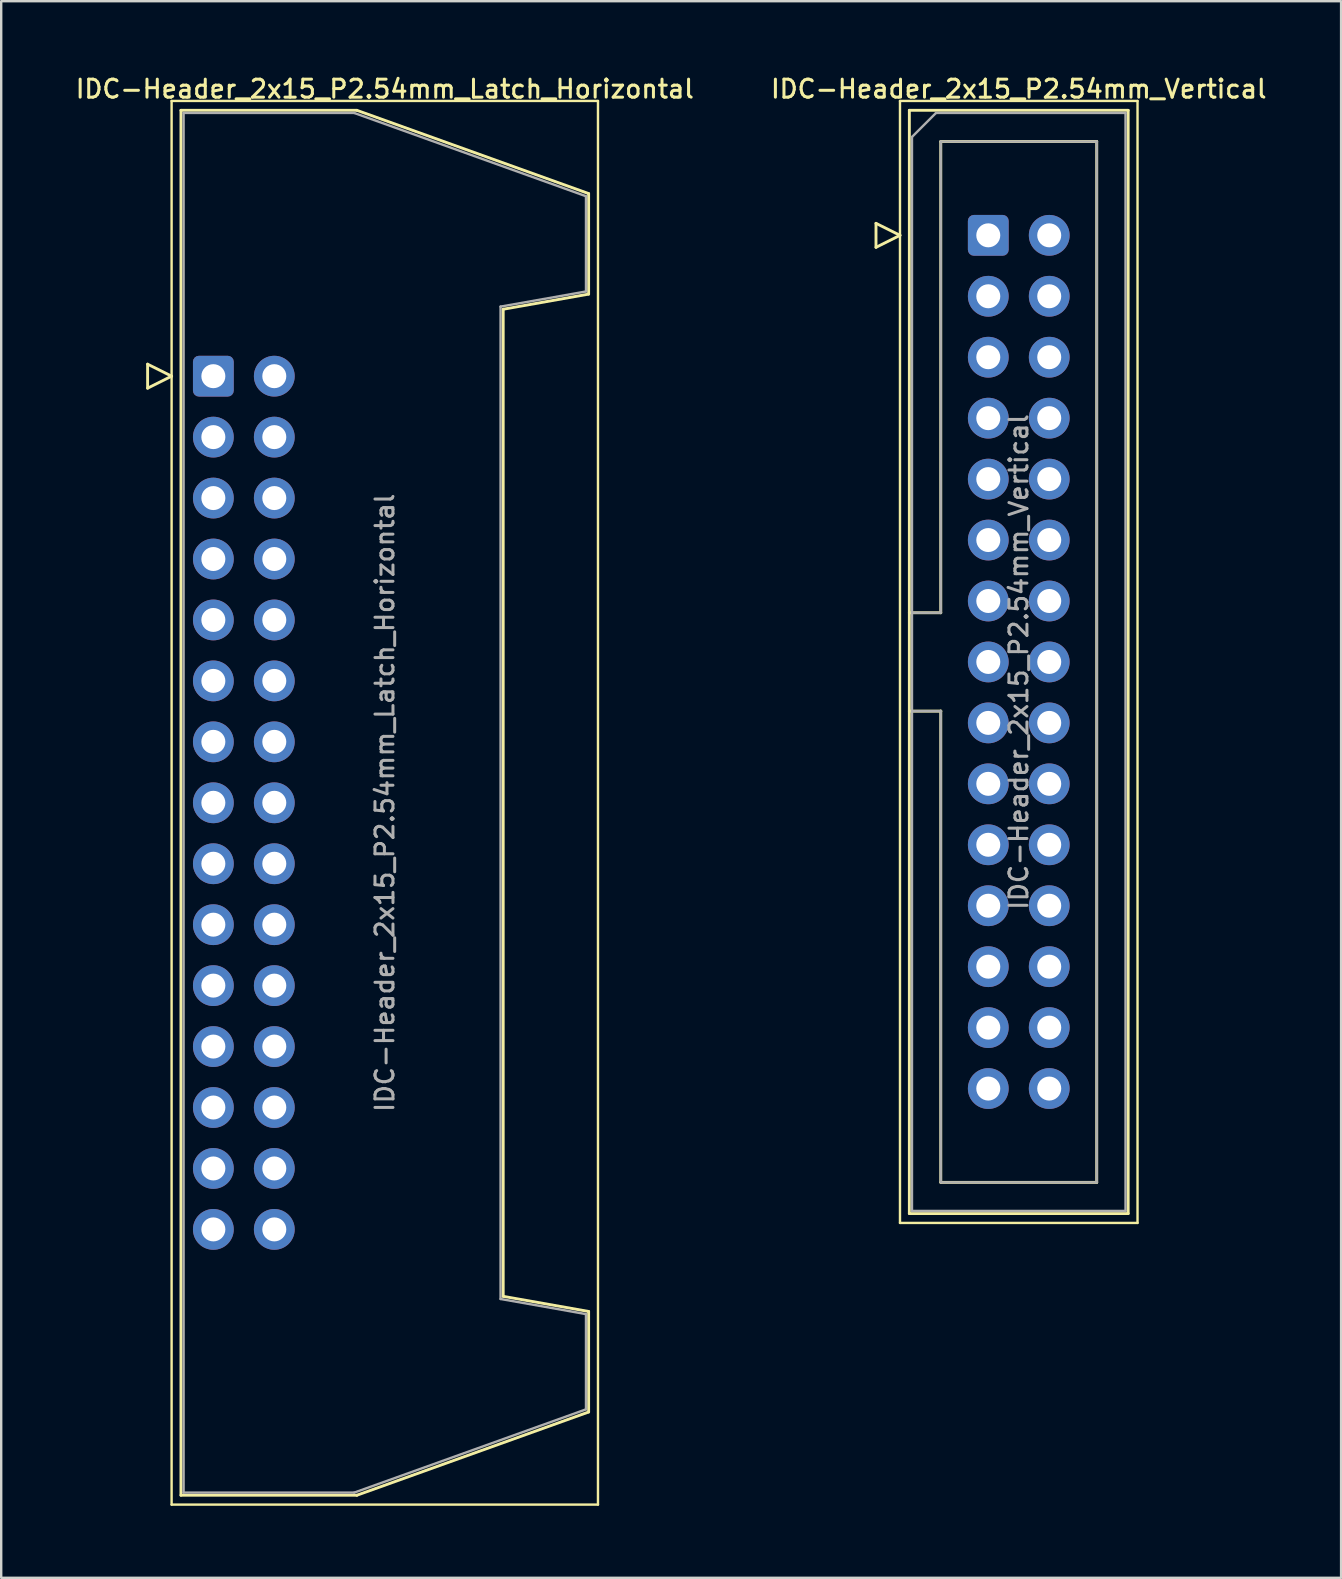
<source format=kicad_pcb>
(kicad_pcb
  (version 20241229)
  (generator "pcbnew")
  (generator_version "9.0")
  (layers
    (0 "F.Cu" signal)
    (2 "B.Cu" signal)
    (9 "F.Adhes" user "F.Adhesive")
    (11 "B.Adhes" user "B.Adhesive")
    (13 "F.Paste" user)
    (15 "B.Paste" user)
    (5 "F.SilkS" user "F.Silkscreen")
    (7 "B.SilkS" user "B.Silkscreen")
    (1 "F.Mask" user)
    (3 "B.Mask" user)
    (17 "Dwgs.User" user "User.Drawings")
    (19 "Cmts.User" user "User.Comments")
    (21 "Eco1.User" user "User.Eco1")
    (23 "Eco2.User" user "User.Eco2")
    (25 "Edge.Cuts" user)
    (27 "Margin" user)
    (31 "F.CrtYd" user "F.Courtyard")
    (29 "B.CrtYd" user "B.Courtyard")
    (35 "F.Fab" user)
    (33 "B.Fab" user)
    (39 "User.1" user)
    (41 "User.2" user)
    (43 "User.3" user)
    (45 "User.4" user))
  (footprint "IDC-Header_2x15_P2.54mm_Latch_Horizontal"
    (layer "F.Cu")
    (at 5.842 12.628)
    (property "Reference" "IDC-Header_2x15_P2.54mm_Latch_Horizontal" (at 7.145 -11.97 0) (layer "F.SilkS") (effects (font (size 0.75 0.75) (thickness 0.125))))
    (attr through_hole)
    (fp_line (start -2.74 -0.5) (end -2.74 0.5) (stroke (width 0.12) (type solid)) (layer "F.SilkS"))
    (fp_line (start -2.74 0.5) (end -1.74 0) (stroke (width 0.12) (type solid)) (layer "F.SilkS"))
    (fp_line (start -1.74 -11.47) (end -1.74 47.03) (stroke (width 0.1) (type solid)) (layer "F.SilkS"))
    (fp_line (start -1.74 0) (end -2.74 -0.5) (stroke (width 0.12) (type solid)) (layer "F.SilkS"))
    (fp_line (start -1.74 47.03) (end 16.03 47.03) (stroke (width 0.1) (type solid)) (layer "F.SilkS"))
    (fp_line (start -1.35 -11.08) (end 5.98 -11.08) (stroke (width 0.12) (type solid)) (layer "F.SilkS"))
    (fp_line (start -1.35 46.64) (end -1.35 -11.08) (stroke (width 0.12) (type solid)) (layer "F.SilkS"))
    (fp_line (start 5.98 -11.08) (end 15.64 -7.61) (stroke (width 0.12) (type solid)) (layer "F.SilkS"))
    (fp_line (start 5.98 46.64) (end -1.35 46.64) (stroke (width 0.12) (type solid)) (layer "F.SilkS"))
    (fp_line (start 12.08 -2.79) (end 12.08 38.35) (stroke (width 0.12) (type solid)) (layer "F.SilkS"))
    (fp_line (start 12.08 38.35) (end 15.64 38.98) (stroke (width 0.12) (type solid)) (layer "F.SilkS"))
    (fp_line (start 15.64 -7.61) (end 15.64 -3.42) (stroke (width 0.12) (type solid)) (layer "F.SilkS"))
    (fp_line (start 15.64 -3.42) (end 12.08 -2.79) (stroke (width 0.12) (type solid)) (layer "F.SilkS"))
    (fp_line (start 15.64 38.98) (end 15.64 43.17) (stroke (width 0.12) (type solid)) (layer "F.SilkS"))
    (fp_line (start 15.64 43.17) (end 5.98 46.64) (stroke (width 0.12) (type solid)) (layer "F.SilkS"))
    (fp_line (start 16.03 -11.47) (end -1.74 -11.47) (stroke (width 0.1) (type solid)) (layer "F.SilkS"))
    (fp_line (start 16.03 47.03) (end 16.03 -11.47) (stroke (width 0.1) (type solid)) (layer "F.SilkS"))
    (fp_line (start -1.24 -10.97) (end 5.87 -10.97) (stroke (width 0.1) (type solid)) (layer "F.Fab"))
    (fp_line (start -1.24 46.53) (end -1.24 -10.97) (stroke (width 0.1) (type solid)) (layer "F.Fab"))
    (fp_line (start 5.87 -10.97) (end 15.53 -7.5) (stroke (width 0.1) (type solid)) (layer "F.Fab"))
    (fp_line (start 5.87 46.53) (end -1.24 46.53) (stroke (width 0.1) (type solid)) (layer "F.Fab"))
    (fp_line (start 11.97 -2.9) (end 11.97 38.46) (stroke (width 0.1) (type solid)) (layer "F.Fab"))
    (fp_line (start 11.97 38.46) (end 15.53 39.09) (stroke (width 0.1) (type solid)) (layer "F.Fab"))
    (fp_line (start 15.53 -7.5) (end 15.53 -3.53) (stroke (width 0.1) (type solid)) (layer "F.Fab"))
    (fp_line (start 15.53 -3.53) (end 11.97 -2.9) (stroke (width 0.1) (type solid)) (layer "F.Fab"))
    (fp_line (start 15.53 39.09) (end 15.53 43.06) (stroke (width 0.1) (type solid)) (layer "F.Fab"))
    (fp_line (start 15.53 43.06) (end 5.87 46.53) (stroke (width 0.1) (type solid)) (layer "F.Fab"))
    (fp_text user "${REFERENCE}" (at 7.145 17.78 90) (layer "F.Fab") (effects (font (size 0.75 0.75) (thickness 0.125))))
    (pad "1" thru_hole roundrect (at 0 0) (size 1.7 1.7) (drill 1) (layers "*.Cu" "*.Mask") (roundrect_rratio 0.147))
    (pad "2" thru_hole circle (at 2.54 0) (size 1.7 1.7) (drill 1) (layers "*.Cu" "*.Mask"))
    (pad "3" thru_hole circle (at 0 2.54) (size 1.7 1.7) (drill 1) (layers "*.Cu" "*.Mask"))
    (pad "4" thru_hole circle (at 2.54 2.54) (size 1.7 1.7) (drill 1) (layers "*.Cu" "*.Mask"))
    (pad "5" thru_hole circle (at 0 5.08) (size 1.7 1.7) (drill 1) (layers "*.Cu" "*.Mask"))
    (pad "6" thru_hole circle (at 2.54 5.08) (size 1.7 1.7) (drill 1) (layers "*.Cu" "*.Mask"))
    (pad "7" thru_hole circle (at 0 7.62) (size 1.7 1.7) (drill 1) (layers "*.Cu" "*.Mask"))
    (pad "8" thru_hole circle (at 2.54 7.62) (size 1.7 1.7) (drill 1) (layers "*.Cu" "*.Mask"))
    (pad "9" thru_hole circle (at 0 10.16) (size 1.7 1.7) (drill 1) (layers "*.Cu" "*.Mask"))
    (pad "10" thru_hole circle (at 2.54 10.16) (size 1.7 1.7) (drill 1) (layers "*.Cu" "*.Mask"))
    (pad "11" thru_hole circle (at 0 12.7) (size 1.7 1.7) (drill 1) (layers "*.Cu" "*.Mask"))
    (pad "12" thru_hole circle (at 2.54 12.7) (size 1.7 1.7) (drill 1) (layers "*.Cu" "*.Mask"))
    (pad "13" thru_hole circle (at 0 15.24) (size 1.7 1.7) (drill 1) (layers "*.Cu" "*.Mask"))
    (pad "14" thru_hole circle (at 2.54 15.24) (size 1.7 1.7) (drill 1) (layers "*.Cu" "*.Mask"))
    (pad "15" thru_hole circle (at 0 17.78) (size 1.7 1.7) (drill 1) (layers "*.Cu" "*.Mask"))
    (pad "16" thru_hole circle (at 2.54 17.78) (size 1.7 1.7) (drill 1) (layers "*.Cu" "*.Mask"))
    (pad "17" thru_hole circle (at 0 20.32) (size 1.7 1.7) (drill 1) (layers "*.Cu" "*.Mask"))
    (pad "18" thru_hole circle (at 2.54 20.32) (size 1.7 1.7) (drill 1) (layers "*.Cu" "*.Mask"))
    (pad "19" thru_hole circle (at 0 22.86) (size 1.7 1.7) (drill 1) (layers "*.Cu" "*.Mask"))
    (pad "20" thru_hole circle (at 2.54 22.86) (size 1.7 1.7) (drill 1) (layers "*.Cu" "*.Mask"))
    (pad "21" thru_hole circle (at 0 25.4) (size 1.7 1.7) (drill 1) (layers "*.Cu" "*.Mask"))
    (pad "22" thru_hole circle (at 2.54 25.4) (size 1.7 1.7) (drill 1) (layers "*.Cu" "*.Mask"))
    (pad "23" thru_hole circle (at 0 27.94) (size 1.7 1.7) (drill 1) (layers "*.Cu" "*.Mask"))
    (pad "24" thru_hole circle (at 2.54 27.94) (size 1.7 1.7) (drill 1) (layers "*.Cu" "*.Mask"))
    (pad "25" thru_hole circle (at 0 30.48) (size 1.7 1.7) (drill 1) (layers "*.Cu" "*.Mask"))
    (pad "26" thru_hole circle (at 2.54 30.48) (size 1.7 1.7) (drill 1) (layers "*.Cu" "*.Mask"))
    (pad "27" thru_hole circle (at 0 33.02) (size 1.7 1.7) (drill 1) (layers "*.Cu" "*.Mask"))
    (pad "28" thru_hole circle (at 2.54 33.02) (size 1.7 1.7) (drill 1) (layers "*.Cu" "*.Mask"))
    (pad "29" thru_hole circle (at 0 35.56) (size 1.7 1.7) (drill 1) (layers "*.Cu" "*.Mask"))
    (pad "30" thru_hole circle (at 2.54 35.56) (size 1.7 1.7) (drill 1) (layers "*.Cu" "*.Mask")))
  (footprint "IDC-Header_2x15_P2.54mm_Vertical"
    (layer "F.Cu")
    (at 38.139 6.758)
    (property "Reference" "IDC-Header_2x15_P2.54mm_Vertical" (at 1.27 -6.1 0) (layer "F.SilkS") (effects (font (size 0.75 0.75) (thickness 0.125))))
    (attr through_hole)
    (fp_line (start -4.68 -0.5) (end -4.68 0.5) (stroke (width 0.12) (type solid)) (layer "F.SilkS"))
    (fp_line (start -4.68 0.5) (end -3.68 0) (stroke (width 0.12) (type solid)) (layer "F.SilkS"))
    (fp_line (start -3.68 -5.6) (end -3.68 41.16) (stroke (width 0.1) (type solid)) (layer "F.SilkS"))
    (fp_line (start -3.68 0) (end -4.68 -0.5) (stroke (width 0.12) (type solid)) (layer "F.SilkS"))
    (fp_line (start -3.68 41.16) (end 6.22 41.16) (stroke (width 0.1) (type solid)) (layer "F.SilkS"))
    (fp_line (start -3.29 -5.21) (end 5.83 -5.21) (stroke (width 0.12) (type solid)) (layer "F.SilkS"))
    (fp_line (start -3.29 15.73) (end -1.98 15.73) (stroke (width 0.12) (type solid)) (layer "F.SilkS"))
    (fp_line (start -3.29 40.77) (end -3.29 -5.21) (stroke (width 0.12) (type solid)) (layer "F.SilkS"))
    (fp_line (start -1.98 -3.91) (end 4.52 -3.91) (stroke (width 0.12) (type solid)) (layer "F.SilkS"))
    (fp_line (start -1.98 15.73) (end -1.98 -3.91) (stroke (width 0.12) (type solid)) (layer "F.SilkS"))
    (fp_line (start -1.98 19.83) (end -3.29 19.83) (stroke (width 0.12) (type solid)) (layer "F.SilkS"))
    (fp_line (start -1.98 19.83) (end -1.98 19.83) (stroke (width 0.12) (type solid)) (layer "F.SilkS"))
    (fp_line (start -1.98 39.47) (end -1.98 19.83) (stroke (width 0.12) (type solid)) (layer "F.SilkS"))
    (fp_line (start 4.52 -3.91) (end 4.52 39.47) (stroke (width 0.12) (type solid)) (layer "F.SilkS"))
    (fp_line (start 4.52 39.47) (end -1.98 39.47) (stroke (width 0.12) (type solid)) (layer "F.SilkS"))
    (fp_line (start 5.83 -5.21) (end 5.83 40.77) (stroke (width 0.12) (type solid)) (layer "F.SilkS"))
    (fp_line (start 5.83 40.77) (end -3.29 40.77) (stroke (width 0.12) (type solid)) (layer "F.SilkS"))
    (fp_line (start 6.22 -5.6) (end -3.68 -5.6) (stroke (width 0.1) (type solid)) (layer "F.SilkS"))
    (fp_line (start 6.22 41.16) (end 6.22 -5.6) (stroke (width 0.1) (type solid)) (layer "F.SilkS"))
    (fp_line (start -3.18 -4.1) (end -2.18 -5.1) (stroke (width 0.1) (type solid)) (layer "F.Fab"))
    (fp_line (start -3.18 15.73) (end -1.98 15.73) (stroke (width 0.1) (type solid)) (layer "F.Fab"))
    (fp_line (start -3.18 40.66) (end -3.18 -4.1) (stroke (width 0.1) (type solid)) (layer "F.Fab"))
    (fp_line (start -2.18 -5.1) (end 5.72 -5.1) (stroke (width 0.1) (type solid)) (layer "F.Fab"))
    (fp_line (start -1.98 -3.91) (end 4.52 -3.91) (stroke (width 0.1) (type solid)) (layer "F.Fab"))
    (fp_line (start -1.98 15.73) (end -1.98 -3.91) (stroke (width 0.1) (type solid)) (layer "F.Fab"))
    (fp_line (start -1.98 19.83) (end -3.18 19.83) (stroke (width 0.1) (type solid)) (layer "F.Fab"))
    (fp_line (start -1.98 19.83) (end -1.98 19.83) (stroke (width 0.1) (type solid)) (layer "F.Fab"))
    (fp_line (start -1.98 39.47) (end -1.98 19.83) (stroke (width 0.1) (type solid)) (layer "F.Fab"))
    (fp_line (start 4.52 -3.91) (end 4.52 39.47) (stroke (width 0.1) (type solid)) (layer "F.Fab"))
    (fp_line (start 4.52 39.47) (end -1.98 39.47) (stroke (width 0.1) (type solid)) (layer "F.Fab"))
    (fp_line (start 5.72 -5.1) (end 5.72 40.66) (stroke (width 0.1) (type solid)) (layer "F.Fab"))
    (fp_line (start 5.72 40.66) (end -3.18 40.66) (stroke (width 0.1) (type solid)) (layer "F.Fab"))
    (fp_text user "${REFERENCE}" (at 1.27 17.78 90) (layer "F.Fab") (effects (font (size 0.75 0.75) (thickness 0.125))))
    (pad "1" thru_hole roundrect (at 0 0) (size 1.7 1.7) (drill 1) (layers "*.Cu" "*.Mask") (roundrect_rratio 0.147))
    (pad "2" thru_hole circle (at 2.54 0) (size 1.7 1.7) (drill 1) (layers "*.Cu" "*.Mask"))
    (pad "3" thru_hole circle (at 0 2.54) (size 1.7 1.7) (drill 1) (layers "*.Cu" "*.Mask"))
    (pad "4" thru_hole circle (at 2.54 2.54) (size 1.7 1.7) (drill 1) (layers "*.Cu" "*.Mask"))
    (pad "5" thru_hole circle (at 0 5.08) (size 1.7 1.7) (drill 1) (layers "*.Cu" "*.Mask"))
    (pad "6" thru_hole circle (at 2.54 5.08) (size 1.7 1.7) (drill 1) (layers "*.Cu" "*.Mask"))
    (pad "7" thru_hole circle (at 0 7.62) (size 1.7 1.7) (drill 1) (layers "*.Cu" "*.Mask"))
    (pad "8" thru_hole circle (at 2.54 7.62) (size 1.7 1.7) (drill 1) (layers "*.Cu" "*.Mask"))
    (pad "9" thru_hole circle (at 0 10.16) (size 1.7 1.7) (drill 1) (layers "*.Cu" "*.Mask"))
    (pad "10" thru_hole circle (at 2.54 10.16) (size 1.7 1.7) (drill 1) (layers "*.Cu" "*.Mask"))
    (pad "11" thru_hole circle (at 0 12.7) (size 1.7 1.7) (drill 1) (layers "*.Cu" "*.Mask"))
    (pad "12" thru_hole circle (at 2.54 12.7) (size 1.7 1.7) (drill 1) (layers "*.Cu" "*.Mask"))
    (pad "13" thru_hole circle (at 0 15.24) (size 1.7 1.7) (drill 1) (layers "*.Cu" "*.Mask"))
    (pad "14" thru_hole circle (at 2.54 15.24) (size 1.7 1.7) (drill 1) (layers "*.Cu" "*.Mask"))
    (pad "15" thru_hole circle (at 0 17.78) (size 1.7 1.7) (drill 1) (layers "*.Cu" "*.Mask"))
    (pad "16" thru_hole circle (at 2.54 17.78) (size 1.7 1.7) (drill 1) (layers "*.Cu" "*.Mask"))
    (pad "17" thru_hole circle (at 0 20.32) (size 1.7 1.7) (drill 1) (layers "*.Cu" "*.Mask"))
    (pad "18" thru_hole circle (at 2.54 20.32) (size 1.7 1.7) (drill 1) (layers "*.Cu" "*.Mask"))
    (pad "19" thru_hole circle (at 0 22.86) (size 1.7 1.7) (drill 1) (layers "*.Cu" "*.Mask"))
    (pad "20" thru_hole circle (at 2.54 22.86) (size 1.7 1.7) (drill 1) (layers "*.Cu" "*.Mask"))
    (pad "21" thru_hole circle (at 0 25.4) (size 1.7 1.7) (drill 1) (layers "*.Cu" "*.Mask"))
    (pad "22" thru_hole circle (at 2.54 25.4) (size 1.7 1.7) (drill 1) (layers "*.Cu" "*.Mask"))
    (pad "23" thru_hole circle (at 0 27.94) (size 1.7 1.7) (drill 1) (layers "*.Cu" "*.Mask"))
    (pad "24" thru_hole circle (at 2.54 27.94) (size 1.7 1.7) (drill 1) (layers "*.Cu" "*.Mask"))
    (pad "25" thru_hole circle (at 0 30.48) (size 1.7 1.7) (drill 1) (layers "*.Cu" "*.Mask"))
    (pad "26" thru_hole circle (at 2.54 30.48) (size 1.7 1.7) (drill 1) (layers "*.Cu" "*.Mask"))
    (pad "27" thru_hole circle (at 0 33.02) (size 1.7 1.7) (drill 1) (layers "*.Cu" "*.Mask"))
    (pad "28" thru_hole circle (at 2.54 33.02) (size 1.7 1.7) (drill 1) (layers "*.Cu" "*.Mask"))
    (pad "29" thru_hole circle (at 0 35.56) (size 1.7 1.7) (drill 1) (layers "*.Cu" "*.Mask"))
    (pad "30" thru_hole circle (at 2.54 35.56) (size 1.7 1.7) (drill 1) (layers "*.Cu" "*.Mask")))
  (gr_rect
    (start -3 -3)
    (end 52.843 62.708)
    (stroke (width 0.1) (type default))
    (fill no)
    (layer "Edge.Cuts")))
</source>
